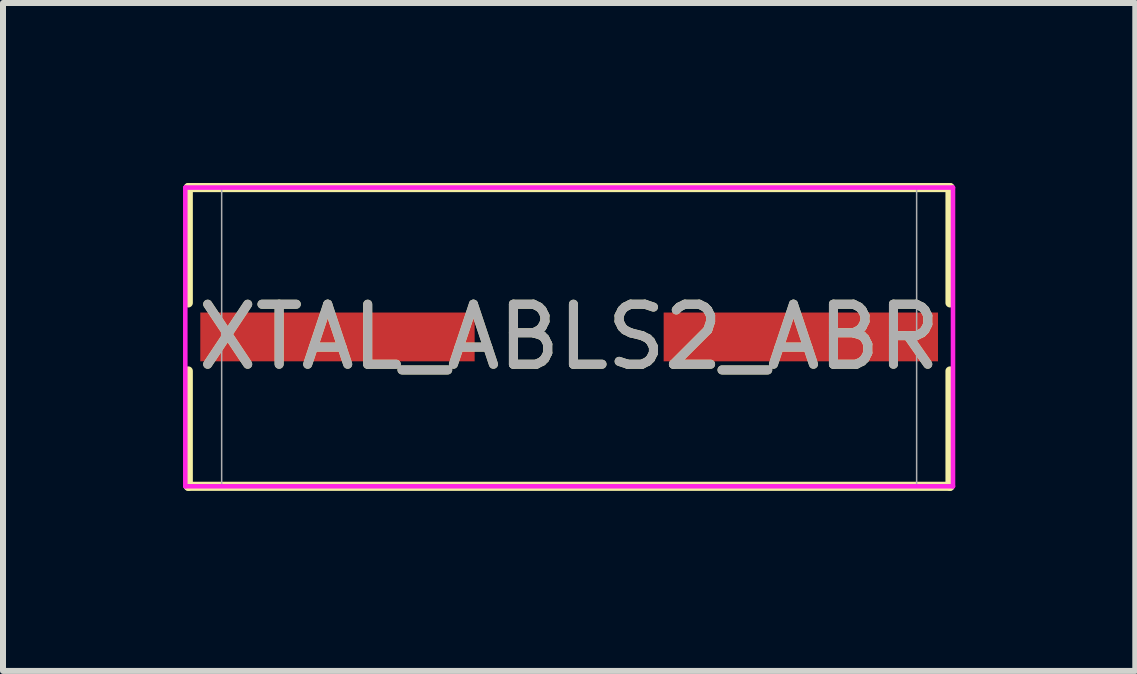
<source format=kicad_pcb>
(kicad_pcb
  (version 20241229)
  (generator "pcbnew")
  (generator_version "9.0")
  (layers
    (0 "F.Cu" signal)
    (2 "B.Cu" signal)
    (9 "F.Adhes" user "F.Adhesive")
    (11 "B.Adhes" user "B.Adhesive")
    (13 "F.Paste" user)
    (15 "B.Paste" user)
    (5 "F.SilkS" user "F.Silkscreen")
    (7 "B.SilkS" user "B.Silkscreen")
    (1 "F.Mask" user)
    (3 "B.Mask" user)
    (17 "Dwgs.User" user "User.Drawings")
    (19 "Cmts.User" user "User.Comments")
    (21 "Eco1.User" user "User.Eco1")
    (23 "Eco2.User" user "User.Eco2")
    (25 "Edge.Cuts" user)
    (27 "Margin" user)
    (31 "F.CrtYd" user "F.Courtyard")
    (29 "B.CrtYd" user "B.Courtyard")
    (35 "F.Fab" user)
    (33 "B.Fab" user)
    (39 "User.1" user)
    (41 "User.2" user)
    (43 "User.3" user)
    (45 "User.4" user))
  (footprint "XTAL_ABLS2_ABR"
    (layer "F.Cu")
    (at 6.435 2.565)
    (property "Reference" "XTAL_ABLS2_ABR" (at 0 0 0) (unlocked yes) (layer "F.SilkS") (effects (font (size 1 1) (thickness 0.15))))
    (attr smd)
    (fp_line (start -6.347 -2.489) (end 6.347 -2.489) (stroke (width 0.152) (type solid)) (layer "F.SilkS"))
    (fp_line (start -6.347 -0.567) (end -6.347 -2.489) (stroke (width 0.152) (type solid)) (layer "F.SilkS"))
    (fp_line (start -6.347 2.489) (end -6.347 0.567) (stroke (width 0.152) (type solid)) (layer "F.SilkS"))
    (fp_line (start -6.347 2.489) (end 6.347 2.489) (stroke (width 0.152) (type solid)) (layer "F.SilkS"))
    (fp_line (start 6.347 -0.567) (end 6.347 -2.489) (stroke (width 0.152) (type solid)) (layer "F.SilkS"))
    (fp_line (start 6.347 2.489) (end 6.347 0.567) (stroke (width 0.152) (type solid)) (layer "F.SilkS"))
    (fp_line (start -6.397 -2.489) (end 6.397 -2.489) (stroke (width 0.076) (type solid)) (layer "F.CrtYd"))
    (fp_line (start -6.397 2.489) (end -6.397 -2.489) (stroke (width 0.076) (type solid)) (layer "F.CrtYd"))
    (fp_line (start 6.397 -2.489) (end 6.397 2.489) (stroke (width 0.076) (type solid)) (layer "F.CrtYd"))
    (fp_line (start 6.397 2.489) (end -6.397 2.489) (stroke (width 0.076) (type solid)) (layer "F.CrtYd"))
    (fp_line (start -5.791 -2.489) (end -5.791 2.489) (stroke (width 0.025) (type solid)) (layer "F.Fab"))
    (fp_line (start -5.791 2.489) (end 5.791 2.489) (stroke (width 0.025) (type solid)) (layer "F.Fab"))
    (fp_line (start 5.791 -2.489) (end -5.791 -2.489) (stroke (width 0.025) (type solid)) (layer "F.Fab"))
    (fp_line (start 5.791 2.489) (end 5.791 -2.489) (stroke (width 0.025) (type solid)) (layer "F.Fab"))
    (fp_text user "${REFERENCE}" (at 0 0 0) (unlocked yes) (layer "F.Fab") (effects (font (size 1 1) (thickness 0.15))))
    (pad "1" smd rect (at -3.861 0) (size 4.572 0.813) (layers "F.Cu" "F.Mask" "F.Paste"))
    (pad "2" smd rect (at 3.861 0) (size 4.572 0.813) (layers "F.Cu" "F.Mask" "F.Paste")))
  (gr_rect
    (start -3 -3)
    (end 15.87 8.131)
    (stroke (width 0.1) (type default))
    (fill no)
    (layer "Edge.Cuts")))
</source>
